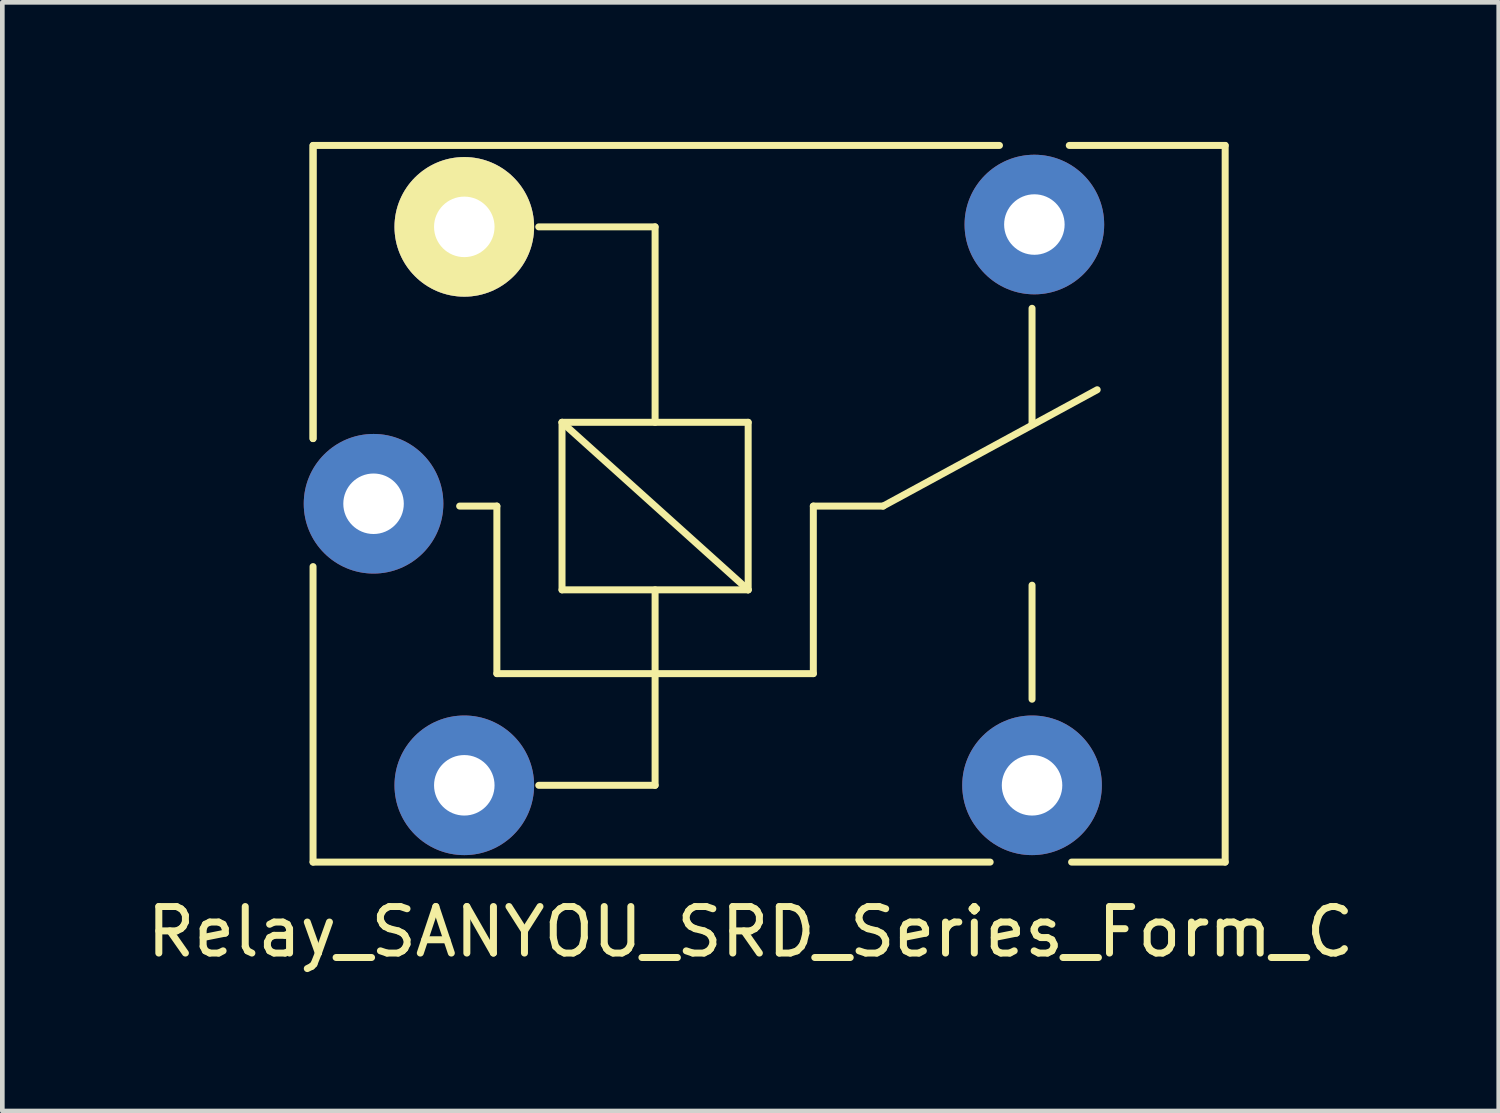
<source format=kicad_pcb>
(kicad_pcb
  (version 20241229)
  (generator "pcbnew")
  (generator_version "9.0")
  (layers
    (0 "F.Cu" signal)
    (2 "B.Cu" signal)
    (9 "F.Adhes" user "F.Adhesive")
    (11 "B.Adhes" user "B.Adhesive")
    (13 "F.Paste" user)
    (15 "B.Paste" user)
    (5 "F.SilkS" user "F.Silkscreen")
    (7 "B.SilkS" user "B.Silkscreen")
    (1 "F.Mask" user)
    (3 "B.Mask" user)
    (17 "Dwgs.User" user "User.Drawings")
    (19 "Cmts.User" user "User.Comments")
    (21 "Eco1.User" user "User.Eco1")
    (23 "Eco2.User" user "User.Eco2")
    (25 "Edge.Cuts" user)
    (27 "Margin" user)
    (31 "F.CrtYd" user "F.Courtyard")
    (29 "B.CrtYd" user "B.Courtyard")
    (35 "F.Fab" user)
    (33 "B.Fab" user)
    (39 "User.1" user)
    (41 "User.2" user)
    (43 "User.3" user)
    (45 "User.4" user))
  (footprint "Relay_SANYOU_SRD_Series_Form_C"
    (layer "F.Cu")
    (at 4.977 7.775)
    (property "Reference" "Relay_SANYOU_SRD_Series_Form_C" (at 8.1 9.2 0) (layer "F.SilkS") (effects (font (size 1 1) (thickness 0.15))))
    (attr through_hole)
    (fp_line (start -1.3 -7.7) (end 13.45 -7.7) (stroke (width 0.15) (type solid)) (layer "F.SilkS"))
    (fp_line (start -1.3 -7.65) (end -1.3 -1.4) (stroke (width 0.15) (type solid)) (layer "F.SilkS"))
    (fp_line (start -1.3 -1.4) (end -1.3 -7.7) (stroke (width 0.15) (type solid)) (layer "F.SilkS"))
    (fp_line (start -1.3 1.35) (end -1.3 7.7) (stroke (width 0.15) (type solid)) (layer "F.SilkS"))
    (fp_line (start -1.3 7.7) (end 13.25 7.7) (stroke (width 0.15) (type solid)) (layer "F.SilkS"))
    (fp_line (start 2.65 0.05) (end 1.85 0.05) (stroke (width 0.15) (type solid)) (layer "F.SilkS"))
    (fp_line (start 2.65 0.05) (end 2.65 3.65) (stroke (width 0.15) (type solid)) (layer "F.SilkS"))
    (fp_line (start 3.55 6.05) (end 6.05 6.05) (stroke (width 0.15) (type solid)) (layer "F.SilkS"))
    (fp_line (start 4.05 -1.75) (end 8.05 -1.75) (stroke (width 0.15) (type solid)) (layer "F.SilkS"))
    (fp_line (start 4.05 1.85) (end 4.05 -1.75) (stroke (width 0.15) (type solid)) (layer "F.SilkS"))
    (fp_line (start 6.05 -5.95) (end 3.55 -5.95) (stroke (width 0.15) (type solid)) (layer "F.SilkS"))
    (fp_line (start 6.05 -5.95) (end 6.05 -1.75) (stroke (width 0.15) (type solid)) (layer "F.SilkS"))
    (fp_line (start 6.05 1.85) (end 6.05 6.05) (stroke (width 0.15) (type solid)) (layer "F.SilkS"))
    (fp_line (start 8.05 -1.75) (end 8.05 1.85) (stroke (width 0.15) (type solid)) (layer "F.SilkS"))
    (fp_line (start 8.05 1.85) (end 4.05 -1.75) (stroke (width 0.15) (type solid)) (layer "F.SilkS"))
    (fp_line (start 8.05 1.85) (end 4.05 1.85) (stroke (width 0.15) (type solid)) (layer "F.SilkS"))
    (fp_line (start 9.45 0.05) (end 9.45 3.65) (stroke (width 0.15) (type solid)) (layer "F.SilkS"))
    (fp_line (start 9.45 0.05) (end 10.95 0.05) (stroke (width 0.15) (type solid)) (layer "F.SilkS"))
    (fp_line (start 9.45 3.65) (end 2.65 3.65) (stroke (width 0.15) (type solid)) (layer "F.SilkS"))
    (fp_line (start 10.95 0.05) (end 15.55 -2.45) (stroke (width 0.15) (type solid)) (layer "F.SilkS"))
    (fp_line (start 14.15 -4.2) (end 14.15 -1.7) (stroke (width 0.15) (type solid)) (layer "F.SilkS"))
    (fp_line (start 14.15 4.2) (end 14.15 1.75) (stroke (width 0.15) (type solid)) (layer "F.SilkS"))
    (fp_line (start 15 7.7) (end 18.3 7.7) (stroke (width 0.15) (type solid)) (layer "F.SilkS"))
    (fp_line (start 18.3 -7.7) (end 14.95 -7.7) (stroke (width 0.15) (type solid)) (layer "F.SilkS"))
    (fp_line (start 18.3 7.7) (end 18.3 -7.7) (stroke (width 0.15) (type solid)) (layer "F.SilkS"))
    (pad "1" thru_hole circle (at 1.95 -5.95 90) (size 3 3) (drill 1.3) (layers "*.Cu" "*.Mask" "F.SilkS"))
    (pad "2" thru_hole circle (at 1.95 6.05 90) (size 3 3) (drill 1.3) (layers "*.Cu" "*.Mask"))
    (pad "11" thru_hole circle (at 0 0 90) (size 3 3) (drill 1.3) (layers "*.Cu" "*.Mask"))
    (pad "12" thru_hole circle (at 14.2 -6 90) (size 3 3) (drill 1.3) (layers "*.Cu" "*.Mask"))
    (pad "14" thru_hole circle (at 14.15 6.05 90) (size 3 3) (drill 1.3) (layers "*.Cu" "*.Mask")))
  (gr_rect
    (start -3 -3)
    (end 29.155 20.823)
    (stroke (width 0.1) (type default))
    (fill no)
    (layer "Edge.Cuts")))
</source>
